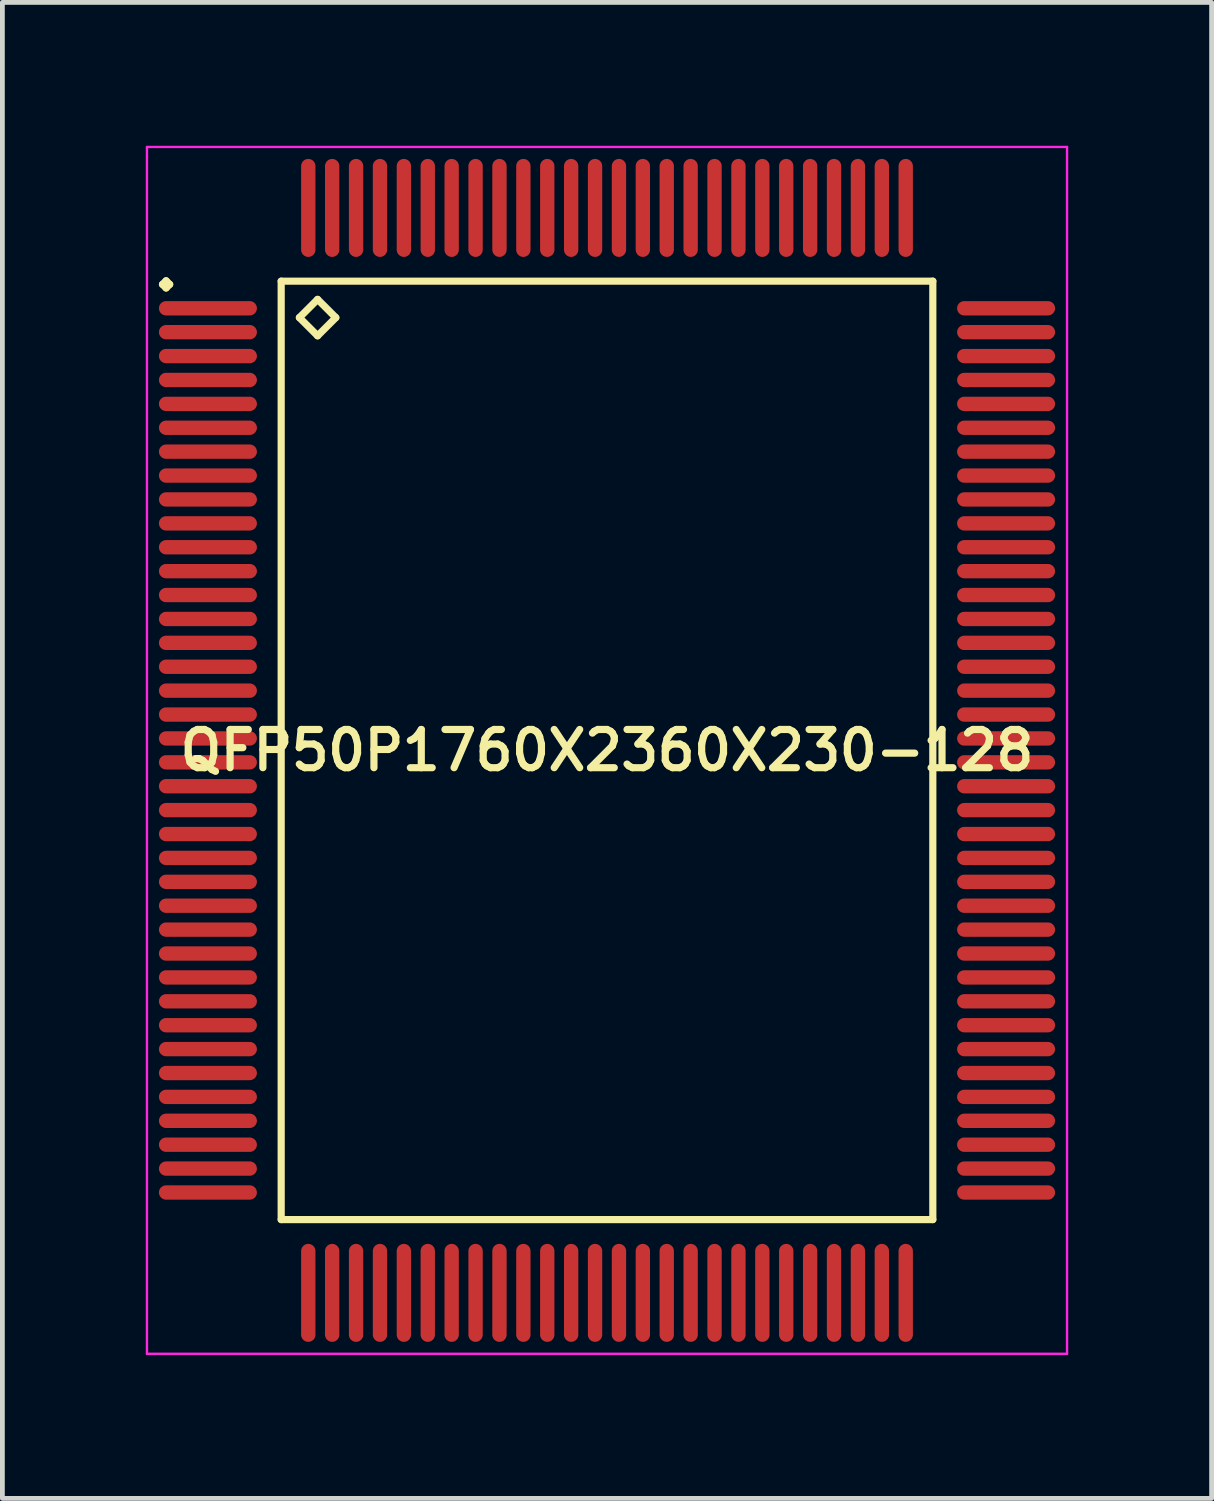
<source format=kicad_pcb>
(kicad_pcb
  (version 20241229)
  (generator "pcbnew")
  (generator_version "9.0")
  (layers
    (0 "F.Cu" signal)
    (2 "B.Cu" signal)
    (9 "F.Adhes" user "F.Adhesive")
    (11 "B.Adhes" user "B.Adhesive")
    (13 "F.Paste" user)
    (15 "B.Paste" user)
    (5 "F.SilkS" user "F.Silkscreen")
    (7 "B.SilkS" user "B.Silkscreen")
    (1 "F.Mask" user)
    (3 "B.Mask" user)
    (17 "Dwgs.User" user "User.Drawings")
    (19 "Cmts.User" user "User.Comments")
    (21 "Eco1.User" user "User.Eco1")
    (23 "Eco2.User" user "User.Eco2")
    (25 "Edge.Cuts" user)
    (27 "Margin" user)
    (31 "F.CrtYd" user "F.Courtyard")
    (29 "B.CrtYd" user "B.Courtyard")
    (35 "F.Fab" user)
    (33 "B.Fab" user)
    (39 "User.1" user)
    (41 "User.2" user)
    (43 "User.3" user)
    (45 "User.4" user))
  (footprint "QFP50P1760X2360X230-128"
    (layer "F.Cu")
    (at 9.65 12.65)
    (property "Reference" "QFP50P1760X2360X230-128" (at 0 0 0) (layer "F.SilkS") (effects (font (size 0.8 0.8) (thickness 0.15))))
    (attr smd)
    (fp_line (start -9.3 -9.75) (end -9.225 -9.825) (stroke (width 0.15) (type solid)) (layer "F.SilkS"))
    (fp_line (start -9.225 -9.825) (end -9.15 -9.75) (stroke (width 0.15) (type solid)) (layer "F.SilkS"))
    (fp_line (start -9.225 -9.675) (end -9.3 -9.75) (stroke (width 0.15) (type solid)) (layer "F.SilkS"))
    (fp_line (start -9.15 -9.75) (end -9.225 -9.675) (stroke (width 0.15) (type solid)) (layer "F.SilkS"))
    (fp_line (start -6.817 -9.817) (end -6.817 9.817) (stroke (width 0.15) (type solid)) (layer "F.SilkS"))
    (fp_line (start -6.817 9.817) (end 6.817 9.817) (stroke (width 0.15) (type solid)) (layer "F.SilkS"))
    (fp_line (start -6.436 -9.055) (end -6.055 -9.436) (stroke (width 0.15) (type solid)) (layer "F.SilkS"))
    (fp_line (start -6.055 -9.436) (end -5.674 -9.055) (stroke (width 0.15) (type solid)) (layer "F.SilkS"))
    (fp_line (start -6.055 -8.674) (end -6.436 -9.055) (stroke (width 0.15) (type solid)) (layer "F.SilkS"))
    (fp_line (start -5.674 -9.055) (end -6.055 -8.674) (stroke (width 0.15) (type solid)) (layer "F.SilkS"))
    (fp_line (start 6.817 -9.817) (end -6.817 -9.817) (stroke (width 0.15) (type solid)) (layer "F.SilkS"))
    (fp_line (start 6.817 9.817) (end 6.817 -9.817) (stroke (width 0.15) (type solid)) (layer "F.SilkS"))
    (fp_line (start -9.625 -12.625) (end 9.625 -12.625) (stroke (width 0.05) (type solid)) (layer "F.CrtYd"))
    (fp_line (start -9.625 12.625) (end -9.625 -12.625) (stroke (width 0.05) (type solid)) (layer "F.CrtYd"))
    (fp_line (start 9.625 -12.625) (end 9.625 12.625) (stroke (width 0.05) (type solid)) (layer "F.CrtYd"))
    (fp_line (start 9.625 12.625) (end -9.625 12.625) (stroke (width 0.05) (type solid)) (layer "F.CrtYd"))
    (pad "1" smd oval (at -8.35 -9.25) (size 2.05 0.3) (layers "F.Cu" "F.Mask" "F.Paste"))
    (pad "2" smd oval (at -8.35 -8.75) (size 2.05 0.3) (layers "F.Cu" "F.Mask" "F.Paste"))
    (pad "3" smd oval (at -8.35 -8.25) (size 2.05 0.3) (layers "F.Cu" "F.Mask" "F.Paste"))
    (pad "4" smd oval (at -8.35 -7.75) (size 2.05 0.3) (layers "F.Cu" "F.Mask" "F.Paste"))
    (pad "5" smd oval (at -8.35 -7.25) (size 2.05 0.3) (layers "F.Cu" "F.Mask" "F.Paste"))
    (pad "6" smd oval (at -8.35 -6.75) (size 2.05 0.3) (layers "F.Cu" "F.Mask" "F.Paste"))
    (pad "7" smd oval (at -8.35 -6.25) (size 2.05 0.3) (layers "F.Cu" "F.Mask" "F.Paste"))
    (pad "8" smd oval (at -8.35 -5.75) (size 2.05 0.3) (layers "F.Cu" "F.Mask" "F.Paste"))
    (pad "9" smd oval (at -8.35 -5.25) (size 2.05 0.3) (layers "F.Cu" "F.Mask" "F.Paste"))
    (pad "10" smd oval (at -8.35 -4.75) (size 2.05 0.3) (layers "F.Cu" "F.Mask" "F.Paste"))
    (pad "11" smd oval (at -8.35 -4.25) (size 2.05 0.3) (layers "F.Cu" "F.Mask" "F.Paste"))
    (pad "12" smd oval (at -8.35 -3.75) (size 2.05 0.3) (layers "F.Cu" "F.Mask" "F.Paste"))
    (pad "13" smd oval (at -8.35 -3.25) (size 2.05 0.3) (layers "F.Cu" "F.Mask" "F.Paste"))
    (pad "14" smd oval (at -8.35 -2.75) (size 2.05 0.3) (layers "F.Cu" "F.Mask" "F.Paste"))
    (pad "15" smd oval (at -8.35 -2.25) (size 2.05 0.3) (layers "F.Cu" "F.Mask" "F.Paste"))
    (pad "16" smd oval (at -8.35 -1.75) (size 2.05 0.3) (layers "F.Cu" "F.Mask" "F.Paste"))
    (pad "17" smd oval (at -8.35 -1.25) (size 2.05 0.3) (layers "F.Cu" "F.Mask" "F.Paste"))
    (pad "18" smd oval (at -8.35 -0.75) (size 2.05 0.3) (layers "F.Cu" "F.Mask" "F.Paste"))
    (pad "19" smd oval (at -8.35 -0.25) (size 2.05 0.3) (layers "F.Cu" "F.Mask" "F.Paste"))
    (pad "20" smd oval (at -8.35 0.25) (size 2.05 0.3) (layers "F.Cu" "F.Mask" "F.Paste"))
    (pad "21" smd oval (at -8.35 0.75) (size 2.05 0.3) (layers "F.Cu" "F.Mask" "F.Paste"))
    (pad "22" smd oval (at -8.35 1.25) (size 2.05 0.3) (layers "F.Cu" "F.Mask" "F.Paste"))
    (pad "23" smd oval (at -8.35 1.75) (size 2.05 0.3) (layers "F.Cu" "F.Mask" "F.Paste"))
    (pad "24" smd oval (at -8.35 2.25) (size 2.05 0.3) (layers "F.Cu" "F.Mask" "F.Paste"))
    (pad "25" smd oval (at -8.35 2.75) (size 2.05 0.3) (layers "F.Cu" "F.Mask" "F.Paste"))
    (pad "26" smd oval (at -8.35 3.25) (size 2.05 0.3) (layers "F.Cu" "F.Mask" "F.Paste"))
    (pad "27" smd oval (at -8.35 3.75) (size 2.05 0.3) (layers "F.Cu" "F.Mask" "F.Paste"))
    (pad "28" smd oval (at -8.35 4.25) (size 2.05 0.3) (layers "F.Cu" "F.Mask" "F.Paste"))
    (pad "29" smd oval (at -8.35 4.75) (size 2.05 0.3) (layers "F.Cu" "F.Mask" "F.Paste"))
    (pad "30" smd oval (at -8.35 5.25) (size 2.05 0.3) (layers "F.Cu" "F.Mask" "F.Paste"))
    (pad "31" smd oval (at -8.35 5.75) (size 2.05 0.3) (layers "F.Cu" "F.Mask" "F.Paste"))
    (pad "32" smd oval (at -8.35 6.25) (size 2.05 0.3) (layers "F.Cu" "F.Mask" "F.Paste"))
    (pad "33" smd oval (at -8.35 6.75) (size 2.05 0.3) (layers "F.Cu" "F.Mask" "F.Paste"))
    (pad "34" smd oval (at -8.35 7.25) (size 2.05 0.3) (layers "F.Cu" "F.Mask" "F.Paste"))
    (pad "35" smd oval (at -8.35 7.75) (size 2.05 0.3) (layers "F.Cu" "F.Mask" "F.Paste"))
    (pad "36" smd oval (at -8.35 8.25) (size 2.05 0.3) (layers "F.Cu" "F.Mask" "F.Paste"))
    (pad "37" smd oval (at -8.35 8.75) (size 2.05 0.3) (layers "F.Cu" "F.Mask" "F.Paste"))
    (pad "38" smd oval (at -8.35 9.25) (size 2.05 0.3) (layers "F.Cu" "F.Mask" "F.Paste"))
    (pad "39" smd oval (at -6.25 11.35) (size 0.3 2.05) (layers "F.Cu" "F.Mask" "F.Paste"))
    (pad "40" smd oval (at -5.75 11.35) (size 0.3 2.05) (layers "F.Cu" "F.Mask" "F.Paste"))
    (pad "41" smd oval (at -5.25 11.35) (size 0.3 2.05) (layers "F.Cu" "F.Mask" "F.Paste"))
    (pad "42" smd oval (at -4.75 11.35) (size 0.3 2.05) (layers "F.Cu" "F.Mask" "F.Paste"))
    (pad "43" smd oval (at -4.25 11.35) (size 0.3 2.05) (layers "F.Cu" "F.Mask" "F.Paste"))
    (pad "44" smd oval (at -3.75 11.35) (size 0.3 2.05) (layers "F.Cu" "F.Mask" "F.Paste"))
    (pad "45" smd oval (at -3.25 11.35) (size 0.3 2.05) (layers "F.Cu" "F.Mask" "F.Paste"))
    (pad "46" smd oval (at -2.75 11.35) (size 0.3 2.05) (layers "F.Cu" "F.Mask" "F.Paste"))
    (pad "47" smd oval (at -2.25 11.35) (size 0.3 2.05) (layers "F.Cu" "F.Mask" "F.Paste"))
    (pad "48" smd oval (at -1.75 11.35) (size 0.3 2.05) (layers "F.Cu" "F.Mask" "F.Paste"))
    (pad "49" smd oval (at -1.25 11.35) (size 0.3 2.05) (layers "F.Cu" "F.Mask" "F.Paste"))
    (pad "50" smd oval (at -0.75 11.35) (size 0.3 2.05) (layers "F.Cu" "F.Mask" "F.Paste"))
    (pad "51" smd oval (at -0.25 11.35) (size 0.3 2.05) (layers "F.Cu" "F.Mask" "F.Paste"))
    (pad "52" smd oval (at 0.25 11.35) (size 0.3 2.05) (layers "F.Cu" "F.Mask" "F.Paste"))
    (pad "53" smd oval (at 0.75 11.35) (size 0.3 2.05) (layers "F.Cu" "F.Mask" "F.Paste"))
    (pad "54" smd oval (at 1.25 11.35) (size 0.3 2.05) (layers "F.Cu" "F.Mask" "F.Paste"))
    (pad "55" smd oval (at 1.75 11.35) (size 0.3 2.05) (layers "F.Cu" "F.Mask" "F.Paste"))
    (pad "56" smd oval (at 2.25 11.35) (size 0.3 2.05) (layers "F.Cu" "F.Mask" "F.Paste"))
    (pad "57" smd oval (at 2.75 11.35) (size 0.3 2.05) (layers "F.Cu" "F.Mask" "F.Paste"))
    (pad "58" smd oval (at 3.25 11.35) (size 0.3 2.05) (layers "F.Cu" "F.Mask" "F.Paste"))
    (pad "59" smd oval (at 3.75 11.35) (size 0.3 2.05) (layers "F.Cu" "F.Mask" "F.Paste"))
    (pad "60" smd oval (at 4.25 11.35) (size 0.3 2.05) (layers "F.Cu" "F.Mask" "F.Paste"))
    (pad "61" smd oval (at 4.75 11.35) (size 0.3 2.05) (layers "F.Cu" "F.Mask" "F.Paste"))
    (pad "62" smd oval (at 5.25 11.35) (size 0.3 2.05) (layers "F.Cu" "F.Mask" "F.Paste"))
    (pad "63" smd oval (at 5.75 11.35) (size 0.3 2.05) (layers "F.Cu" "F.Mask" "F.Paste"))
    (pad "64" smd oval (at 6.25 11.35) (size 0.3 2.05) (layers "F.Cu" "F.Mask" "F.Paste"))
    (pad "65" smd oval (at 8.35 9.25) (size 2.05 0.3) (layers "F.Cu" "F.Mask" "F.Paste"))
    (pad "66" smd oval (at 8.35 8.75) (size 2.05 0.3) (layers "F.Cu" "F.Mask" "F.Paste"))
    (pad "67" smd oval (at 8.35 8.25) (size 2.05 0.3) (layers "F.Cu" "F.Mask" "F.Paste"))
    (pad "68" smd oval (at 8.35 7.75) (size 2.05 0.3) (layers "F.Cu" "F.Mask" "F.Paste"))
    (pad "69" smd oval (at 8.35 7.25) (size 2.05 0.3) (layers "F.Cu" "F.Mask" "F.Paste"))
    (pad "70" smd oval (at 8.35 6.75) (size 2.05 0.3) (layers "F.Cu" "F.Mask" "F.Paste"))
    (pad "71" smd oval (at 8.35 6.25) (size 2.05 0.3) (layers "F.Cu" "F.Mask" "F.Paste"))
    (pad "72" smd oval (at 8.35 5.75) (size 2.05 0.3) (layers "F.Cu" "F.Mask" "F.Paste"))
    (pad "73" smd oval (at 8.35 5.25) (size 2.05 0.3) (layers "F.Cu" "F.Mask" "F.Paste"))
    (pad "74" smd oval (at 8.35 4.75) (size 2.05 0.3) (layers "F.Cu" "F.Mask" "F.Paste"))
    (pad "75" smd oval (at 8.35 4.25) (size 2.05 0.3) (layers "F.Cu" "F.Mask" "F.Paste"))
    (pad "76" smd oval (at 8.35 3.75) (size 2.05 0.3) (layers "F.Cu" "F.Mask" "F.Paste"))
    (pad "77" smd oval (at 8.35 3.25) (size 2.05 0.3) (layers "F.Cu" "F.Mask" "F.Paste"))
    (pad "78" smd oval (at 8.35 2.75) (size 2.05 0.3) (layers "F.Cu" "F.Mask" "F.Paste"))
    (pad "79" smd oval (at 8.35 2.25) (size 2.05 0.3) (layers "F.Cu" "F.Mask" "F.Paste"))
    (pad "80" smd oval (at 8.35 1.75) (size 2.05 0.3) (layers "F.Cu" "F.Mask" "F.Paste"))
    (pad "81" smd oval (at 8.35 1.25) (size 2.05 0.3) (layers "F.Cu" "F.Mask" "F.Paste"))
    (pad "82" smd oval (at 8.35 0.75) (size 2.05 0.3) (layers "F.Cu" "F.Mask" "F.Paste"))
    (pad "83" smd oval (at 8.35 0.25) (size 2.05 0.3) (layers "F.Cu" "F.Mask" "F.Paste"))
    (pad "84" smd oval (at 8.35 -0.25) (size 2.05 0.3) (layers "F.Cu" "F.Mask" "F.Paste"))
    (pad "85" smd oval (at 8.35 -0.75) (size 2.05 0.3) (layers "F.Cu" "F.Mask" "F.Paste"))
    (pad "86" smd oval (at 8.35 -1.25) (size 2.05 0.3) (layers "F.Cu" "F.Mask" "F.Paste"))
    (pad "87" smd oval (at 8.35 -1.75) (size 2.05 0.3) (layers "F.Cu" "F.Mask" "F.Paste"))
    (pad "88" smd oval (at 8.35 -2.25) (size 2.05 0.3) (layers "F.Cu" "F.Mask" "F.Paste"))
    (pad "89" smd oval (at 8.35 -2.75) (size 2.05 0.3) (layers "F.Cu" "F.Mask" "F.Paste"))
    (pad "90" smd oval (at 8.35 -3.25) (size 2.05 0.3) (layers "F.Cu" "F.Mask" "F.Paste"))
    (pad "91" smd oval (at 8.35 -3.75) (size 2.05 0.3) (layers "F.Cu" "F.Mask" "F.Paste"))
    (pad "92" smd oval (at 8.35 -4.25) (size 2.05 0.3) (layers "F.Cu" "F.Mask" "F.Paste"))
    (pad "93" smd oval (at 8.35 -4.75) (size 2.05 0.3) (layers "F.Cu" "F.Mask" "F.Paste"))
    (pad "94" smd oval (at 8.35 -5.25) (size 2.05 0.3) (layers "F.Cu" "F.Mask" "F.Paste"))
    (pad "95" smd oval (at 8.35 -5.75) (size 2.05 0.3) (layers "F.Cu" "F.Mask" "F.Paste"))
    (pad "96" smd oval (at 8.35 -6.25) (size 2.05 0.3) (layers "F.Cu" "F.Mask" "F.Paste"))
    (pad "97" smd oval (at 8.35 -6.75) (size 2.05 0.3) (layers "F.Cu" "F.Mask" "F.Paste"))
    (pad "98" smd oval (at 8.35 -7.25) (size 2.05 0.3) (layers "F.Cu" "F.Mask" "F.Paste"))
    (pad "99" smd oval (at 8.35 -7.75) (size 2.05 0.3) (layers "F.Cu" "F.Mask" "F.Paste"))
    (pad "100" smd oval (at 8.35 -8.25) (size 2.05 0.3) (layers "F.Cu" "F.Mask" "F.Paste"))
    (pad "101" smd oval (at 8.35 -8.75) (size 2.05 0.3) (layers "F.Cu" "F.Mask" "F.Paste"))
    (pad "102" smd oval (at 8.35 -9.25) (size 2.05 0.3) (layers "F.Cu" "F.Mask" "F.Paste"))
    (pad "103" smd oval (at 6.25 -11.35) (size 0.3 2.05) (layers "F.Cu" "F.Mask" "F.Paste"))
    (pad "104" smd oval (at 5.75 -11.35) (size 0.3 2.05) (layers "F.Cu" "F.Mask" "F.Paste"))
    (pad "105" smd oval (at 5.25 -11.35) (size 0.3 2.05) (layers "F.Cu" "F.Mask" "F.Paste"))
    (pad "106" smd oval (at 4.75 -11.35) (size 0.3 2.05) (layers "F.Cu" "F.Mask" "F.Paste"))
    (pad "107" smd oval (at 4.25 -11.35) (size 0.3 2.05) (layers "F.Cu" "F.Mask" "F.Paste"))
    (pad "108" smd oval (at 3.75 -11.35) (size 0.3 2.05) (layers "F.Cu" "F.Mask" "F.Paste"))
    (pad "109" smd oval (at 3.25 -11.35) (size 0.3 2.05) (layers "F.Cu" "F.Mask" "F.Paste"))
    (pad "110" smd oval (at 2.75 -11.35) (size 0.3 2.05) (layers "F.Cu" "F.Mask" "F.Paste"))
    (pad "111" smd oval (at 2.25 -11.35) (size 0.3 2.05) (layers "F.Cu" "F.Mask" "F.Paste"))
    (pad "112" smd oval (at 1.75 -11.35) (size 0.3 2.05) (layers "F.Cu" "F.Mask" "F.Paste"))
    (pad "113" smd oval (at 1.25 -11.35) (size 0.3 2.05) (layers "F.Cu" "F.Mask" "F.Paste"))
    (pad "114" smd oval (at 0.75 -11.35) (size 0.3 2.05) (layers "F.Cu" "F.Mask" "F.Paste"))
    (pad "115" smd oval (at 0.25 -11.35) (size 0.3 2.05) (layers "F.Cu" "F.Mask" "F.Paste"))
    (pad "116" smd oval (at -0.25 -11.35) (size 0.3 2.05) (layers "F.Cu" "F.Mask" "F.Paste"))
    (pad "117" smd oval (at -0.75 -11.35) (size 0.3 2.05) (layers "F.Cu" "F.Mask" "F.Paste"))
    (pad "118" smd oval (at -1.25 -11.35) (size 0.3 2.05) (layers "F.Cu" "F.Mask" "F.Paste"))
    (pad "119" smd oval (at -1.75 -11.35) (size 0.3 2.05) (layers "F.Cu" "F.Mask" "F.Paste"))
    (pad "120" smd oval (at -2.25 -11.35) (size 0.3 2.05) (layers "F.Cu" "F.Mask" "F.Paste"))
    (pad "121" smd oval (at -2.75 -11.35) (size 0.3 2.05) (layers "F.Cu" "F.Mask" "F.Paste"))
    (pad "122" smd oval (at -3.25 -11.35) (size 0.3 2.05) (layers "F.Cu" "F.Mask" "F.Paste"))
    (pad "123" smd oval (at -3.75 -11.35) (size 0.3 2.05) (layers "F.Cu" "F.Mask" "F.Paste"))
    (pad "124" smd oval (at -4.25 -11.35) (size 0.3 2.05) (layers "F.Cu" "F.Mask" "F.Paste"))
    (pad "125" smd oval (at -4.75 -11.35) (size 0.3 2.05) (layers "F.Cu" "F.Mask" "F.Paste"))
    (pad "126" smd oval (at -5.25 -11.35) (size 0.3 2.05) (layers "F.Cu" "F.Mask" "F.Paste"))
    (pad "127" smd oval (at -5.75 -11.35) (size 0.3 2.05) (layers "F.Cu" "F.Mask" "F.Paste"))
    (pad "128" smd oval (at -6.25 -11.35) (size 0.3 2.05) (layers "F.Cu" "F.Mask" "F.Paste")))
  (gr_rect
    (start -3 -3)
    (end 22.3 28.3)
    (stroke (width 0.1) (type default))
    (fill no)
    (layer "Edge.Cuts")))
</source>
